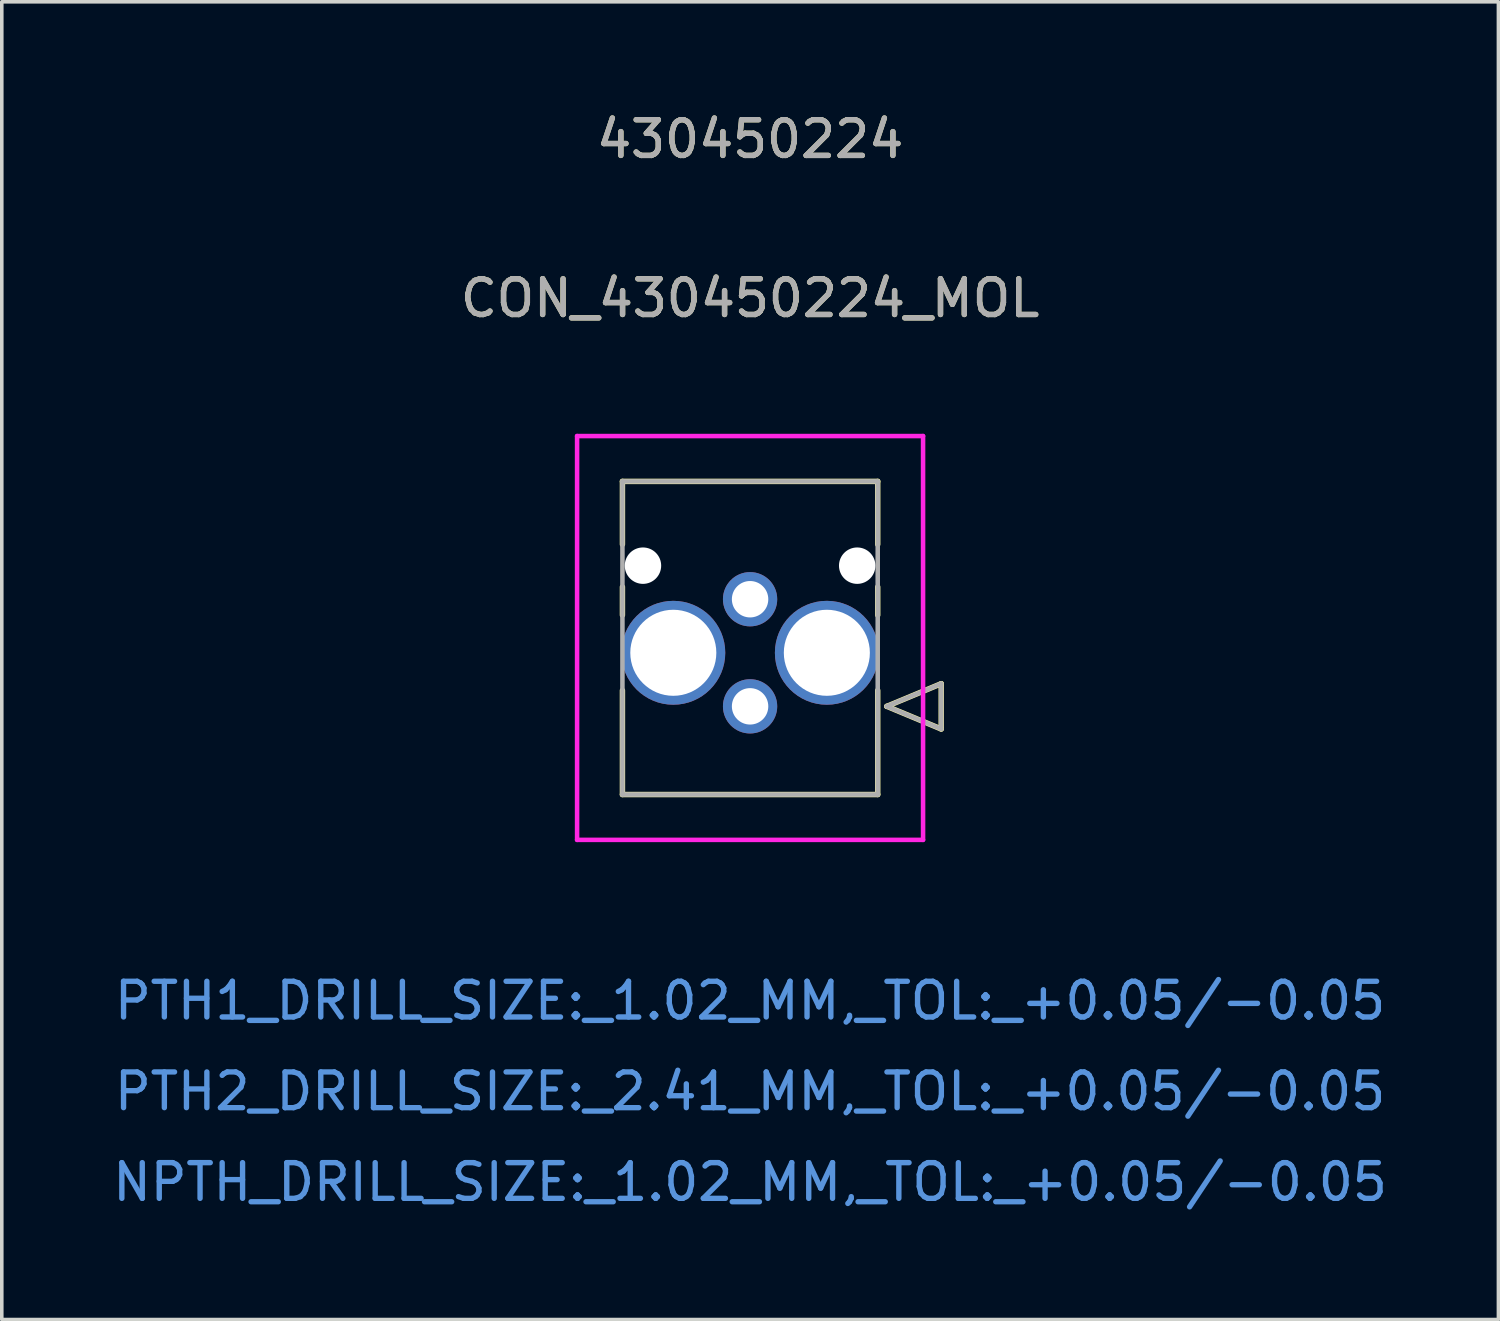
<source format=kicad_pcb>
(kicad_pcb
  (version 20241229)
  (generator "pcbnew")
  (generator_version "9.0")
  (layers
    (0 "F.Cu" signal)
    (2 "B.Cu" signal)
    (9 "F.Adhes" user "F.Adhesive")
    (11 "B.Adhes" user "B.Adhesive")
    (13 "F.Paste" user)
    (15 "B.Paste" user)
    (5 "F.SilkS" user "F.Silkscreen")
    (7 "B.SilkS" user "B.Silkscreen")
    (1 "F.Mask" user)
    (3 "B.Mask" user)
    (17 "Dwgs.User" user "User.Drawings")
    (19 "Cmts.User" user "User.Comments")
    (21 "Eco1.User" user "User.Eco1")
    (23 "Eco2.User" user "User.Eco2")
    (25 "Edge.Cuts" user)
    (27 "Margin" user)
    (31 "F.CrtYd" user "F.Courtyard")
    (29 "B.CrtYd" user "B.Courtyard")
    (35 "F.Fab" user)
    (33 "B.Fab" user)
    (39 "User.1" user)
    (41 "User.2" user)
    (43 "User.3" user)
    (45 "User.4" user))
  (footprint "CON_430450224_MOL"
    (layer "F.Cu")
    (at 17.958 16.733)
    (property "Reference" "CON_430450224_MOL" (at 0 -11.43 0) (unlocked yes) (layer "F.SilkS") (effects (font (size 1 1) (thickness 0.15))))
    (attr through_hole)
    (fp_line (start -3.575 -6.3) (end -3.575 -4.535) (stroke (width 0.152) (type solid)) (layer "F.SilkS"))
    (fp_line (start -3.575 -3.345) (end -3.575 -2.554) (stroke (width 0.152) (type solid)) (layer "F.SilkS"))
    (fp_line (start -3.575 -0.446) (end -3.575 2.47) (stroke (width 0.152) (type solid)) (layer "F.SilkS"))
    (fp_line (start -3.575 2.47) (end 3.575 2.47) (stroke (width 0.152) (type solid)) (layer "F.SilkS"))
    (fp_line (start 3.575 -6.3) (end -3.575 -6.3) (stroke (width 0.152) (type solid)) (layer "F.SilkS"))
    (fp_line (start 3.575 -4.535) (end 3.575 -6.3) (stroke (width 0.152) (type solid)) (layer "F.SilkS"))
    (fp_line (start 3.575 -2.554) (end 3.575 -3.345) (stroke (width 0.152) (type solid)) (layer "F.SilkS"))
    (fp_line (start 3.575 2.47) (end 3.575 -0.446) (stroke (width 0.152) (type solid)) (layer "F.SilkS"))
    (fp_line (start 3.829 0) (end 5.353 -0.635) (stroke (width 0.152) (type solid)) (layer "F.SilkS"))
    (fp_line (start 5.353 -0.635) (end 5.353 0.635) (stroke (width 0.152) (type solid)) (layer "F.SilkS"))
    (fp_line (start 5.353 0.635) (end 3.829 0) (stroke (width 0.152) (type solid)) (layer "F.SilkS"))
    (fp_line (start -4.845 -7.57) (end -4.845 3.74) (stroke (width 0.127) (type solid)) (layer "F.CrtYd"))
    (fp_line (start -4.845 3.74) (end 4.845 3.74) (stroke (width 0.127) (type solid)) (layer "F.CrtYd"))
    (fp_line (start 4.845 -7.57) (end -4.845 -7.57) (stroke (width 0.127) (type solid)) (layer "F.CrtYd"))
    (fp_line (start 4.845 3.74) (end 4.845 -7.57) (stroke (width 0.127) (type solid)) (layer "F.CrtYd"))
    (fp_line (start -3.575 -6.3) (end -3.575 2.47) (stroke (width 0.127) (type solid)) (layer "F.Fab"))
    (fp_line (start -3.575 2.47) (end 3.575 2.47) (stroke (width 0.127) (type solid)) (layer "F.Fab"))
    (fp_line (start 3.575 -6.3) (end -3.575 -6.3) (stroke (width 0.127) (type solid)) (layer "F.Fab"))
    (fp_line (start 3.575 2.47) (end 3.575 -6.3) (stroke (width 0.127) (type solid)) (layer "F.Fab"))
    (fp_line (start 3.829 0) (end 5.353 -0.635) (stroke (width 0.127) (type solid)) (layer "F.Fab"))
    (fp_line (start 5.353 -0.635) (end 5.353 0.635) (stroke (width 0.127) (type solid)) (layer "F.Fab"))
    (fp_line (start 5.353 0.635) (end 3.829 0) (stroke (width 0.127) (type solid)) (layer "F.Fab"))
    (fp_text user "430450224" (at 0 -15.885 0) (unlocked yes) (layer "F.SilkS") (effects (font (size 1 1) (thickness 0.15))))
    (fp_text user "PTH1_DRILL_SIZE:_1.02_MM,_TOL:_+0.05/-0.05" (at 0 8.245 0) (unlocked yes) (layer "Cmts.User") (effects (font (size 1 1) (thickness 0.15))))
    (fp_text user "NPTH_DRILL_SIZE:_1.02_MM,_TOL:_+0.05/-0.05" (at 0 13.325 0) (unlocked yes) (layer "Cmts.User") (effects (font (size 1 1) (thickness 0.15))))
    (fp_text user "PTH2_DRILL_SIZE:_2.41_MM,_TOL:_+0.05/-0.05" (at 0 10.785 0) (unlocked yes) (layer "Cmts.User") (effects (font (size 1 1) (thickness 0.15))))
    (fp_text user "${REFERENCE}" (at 0 -11.43 0) (unlocked yes) (layer "F.Fab") (effects (font (size 1 1) (thickness 0.15))))
    (fp_text user "430450224" (at 0 -15.885 0) (unlocked yes) (layer "F.Fab") (effects (font (size 1 1) (thickness 0.15))))
    (pad "" np_thru_hole circle (at -3 -3.94) (size 1.02 1.02) (drill 1.02) (layers "*.Cu" "*.Mask"))
    (pad "" np_thru_hole circle (at 3 -3.94) (size 1.02 1.02) (drill 1.02) (layers "*.Cu" "*.Mask"))
    (pad "1" thru_hole circle (at 0 0) (size 1.52 1.52) (drill 1.02) (layers "*.Cu" "*.Mask"))
    (pad "2" thru_hole circle (at 0 -3) (size 1.52 1.52) (drill 1.02) (layers "*.Cu" "*.Mask"))
    (pad "P1" thru_hole circle (at 2.15 -1.5) (size 2.91 2.91) (drill 2.41) (layers "*.Cu" "*.Mask"))
    (pad "P2" thru_hole circle (at -2.15 -1.5) (size 2.91 2.91) (drill 2.41) (layers "*.Cu" "*.Mask")))
  (gr_rect
    (start -3 -3)
    (end 38.917 33.907)
    (stroke (width 0.1) (type default))
    (fill no)
    (layer "Edge.Cuts")))
</source>
